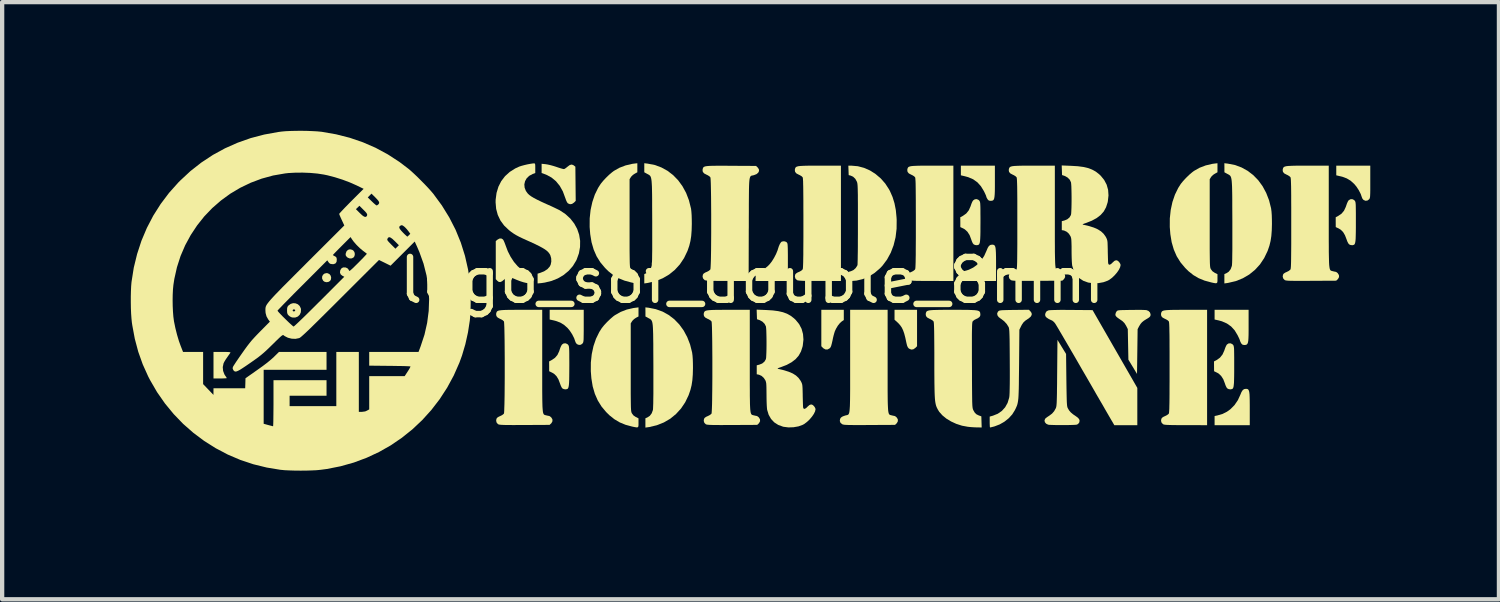
<source format=kicad_pcb>
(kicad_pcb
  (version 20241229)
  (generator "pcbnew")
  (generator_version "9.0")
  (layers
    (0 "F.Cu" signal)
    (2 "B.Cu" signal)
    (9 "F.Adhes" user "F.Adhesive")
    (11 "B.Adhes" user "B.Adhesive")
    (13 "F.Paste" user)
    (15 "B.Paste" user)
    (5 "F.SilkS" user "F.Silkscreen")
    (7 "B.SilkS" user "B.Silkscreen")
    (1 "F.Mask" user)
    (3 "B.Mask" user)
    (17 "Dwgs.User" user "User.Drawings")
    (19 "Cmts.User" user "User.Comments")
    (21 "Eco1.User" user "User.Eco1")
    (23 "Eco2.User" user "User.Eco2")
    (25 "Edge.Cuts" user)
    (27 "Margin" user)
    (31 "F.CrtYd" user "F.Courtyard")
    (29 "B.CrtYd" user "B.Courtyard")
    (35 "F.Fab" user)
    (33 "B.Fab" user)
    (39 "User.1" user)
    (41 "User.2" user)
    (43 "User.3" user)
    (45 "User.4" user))
  (footprint "logo_sof_double_8mm"
    (layer "F.Cu")
    (at 14.487 3.986)
    (property "Reference" "logo_sof_double_8mm" (at 0 -0.5 0) (unlocked yes) (layer "F.SilkS") (effects (font (size 1 1) (thickness 0.15))))
    (fp_poly (pts (xy -9.896 -0.665) (xy -9.854 -0.644) (xy -9.826 -0.607) (xy -9.815 -0.561) (xy -9.822 -0.515) (xy -9.843 -0.484) (xy -9.883 -0.461) (xy -9.931 -0.456) (xy -9.977 -0.47) (xy -10.003 -0.493) (xy -10.026 -0.539) (xy -10.026 -0.586) (xy -10.007 -0.627) (xy -9.973 -0.656) (xy -9.926 -0.668)) (stroke (width 0) (type solid)) (fill yes) (layer "F.SilkS"))
    (fp_poly (pts (xy -9.327 -1.212) (xy -9.3 -1.196) (xy -9.273 -1.159) (xy -9.263 -1.112) (xy -9.272 -1.064) (xy -9.291 -1.035) (xy -9.332 -1.012) (xy -9.38 -1.009) (xy -9.427 -1.027) (xy -9.448 -1.043) (xy -9.472 -1.073) (xy -9.478 -1.104) (xy -9.475 -1.127) (xy -9.456 -1.178) (xy -9.421 -1.211) (xy -9.376 -1.223)) (stroke (width 0) (type solid)) (fill yes) (layer "F.SilkS"))
    (fp_poly (pts (xy 3.846 1.037) (xy 3.806 1.077) (xy 3.759 1.109) (xy 3.71 1.115) (xy 3.662 1.094) (xy 3.651 1.086) (xy 3.63 1.06) (xy 3.614 1.023) (xy 3.6 0.968) (xy 3.597 0.955) (xy 3.572 0.837) (xy 3.547 0.741) (xy 3.52 0.664) (xy 3.489 0.6) (xy 3.451 0.546) (xy 3.407 0.497) (xy 3.393 0.484) (xy 3.321 0.419) (xy 3.321 0.188) (xy 3.846 0.188)) (stroke (width 0) (type solid)) (fill yes) (layer "F.SilkS"))
    (fp_poly (pts (xy 2.138 0.427) (xy 2.09 0.459) (xy 2.046 0.499) (xy 2 0.556) (xy 1.959 0.625) (xy 1.93 0.686) (xy 1.918 0.724) (xy 1.902 0.78) (xy 1.886 0.846) (xy 1.875 0.901) (xy 1.859 0.971) (xy 1.846 1.02) (xy 1.833 1.054) (xy 1.818 1.076) (xy 1.808 1.086) (xy 1.761 1.112) (xy 1.711 1.112) (xy 1.664 1.087) (xy 1.653 1.077) (xy 1.614 1.037) (xy 1.614 0.188) (xy 2.138 0.188)) (stroke (width 0) (type solid)) (fill yes) (layer "F.SilkS"))
    (fp_poly (pts (xy 5.619 -1.33) (xy 5.639 -1.324) (xy 5.655 -1.312) (xy 5.667 -1.29) (xy 5.676 -1.256) (xy 5.681 -1.208) (xy 5.685 -1.142) (xy 5.687 -1.056) (xy 5.688 -0.948) (xy 5.688 -0.868) (xy 5.688 -0.484) (xy 4.868 -0.484) (xy 4.868 -0.697) (xy 4.933 -0.711) (xy 5.052 -0.746) (xy 5.156 -0.797) (xy 5.233 -0.852) (xy 5.332 -0.951) (xy 5.411 -1.068) (xy 5.466 -1.19) (xy 5.494 -1.256) (xy 5.522 -1.3) (xy 5.554 -1.324) (xy 5.592 -1.331) (xy 5.593 -1.331)) (stroke (width 0) (type solid)) (fill yes) (layer "F.SilkS"))
    (fp_poly (pts (xy 11.535 2.032) (xy 11.555 2.037) (xy 11.571 2.05) (xy 11.583 2.072) (xy 11.592 2.105) (xy 11.598 2.154) (xy 11.601 2.22) (xy 11.603 2.306) (xy 11.604 2.414) (xy 11.604 2.493) (xy 11.604 2.878) (xy 10.784 2.878) (xy 10.784 2.665) (xy 10.849 2.651) (xy 10.969 2.616) (xy 11.072 2.564) (xy 11.149 2.509) (xy 11.248 2.41) (xy 11.327 2.294) (xy 11.383 2.172) (xy 11.411 2.105) (xy 11.439 2.062) (xy 11.47 2.038) (xy 11.508 2.031) (xy 11.51 2.031)) (stroke (width 0) (type solid)) (fill yes) (layer "F.SilkS"))
    (fp_poly (pts (xy -3.926 0.563) (xy -3.926 0.673) (xy -3.927 0.76) (xy -3.928 0.826) (xy -3.929 0.876) (xy -3.932 0.911) (xy -3.936 0.935) (xy -3.941 0.952) (xy -3.948 0.965) (xy -3.954 0.973) (xy -3.992 1.002) (xy -4.037 1.007) (xy -4.083 0.989) (xy -4.108 0.961) (xy -4.121 0.932) (xy -4.15 0.849) (xy -4.195 0.76) (xy -4.25 0.676) (xy -4.302 0.613) (xy -4.385 0.539) (xy -4.475 0.485) (xy -4.579 0.447) (xy -4.625 0.435) (xy -4.72 0.414) (xy -4.72 0.188) (xy -3.926 0.188)) (stroke (width 0) (type solid)) (fill yes) (layer "F.SilkS"))
    (fp_poly (pts (xy 14.414 -2.799) (xy 14.414 -2.688) (xy 14.414 -2.601) (xy 14.413 -2.535) (xy 14.411 -2.486) (xy 14.409 -2.451) (xy 14.405 -2.426) (xy 14.4 -2.409) (xy 14.393 -2.397) (xy 14.387 -2.389) (xy 14.349 -2.36) (xy 14.303 -2.354) (xy 14.258 -2.373) (xy 14.233 -2.401) (xy 14.22 -2.43) (xy 14.191 -2.513) (xy 14.146 -2.601) (xy 14.091 -2.685) (xy 14.038 -2.748) (xy 13.956 -2.822) (xy 13.866 -2.876) (xy 13.762 -2.915) (xy 13.715 -2.926) (xy 13.621 -2.948) (xy 13.621 -3.173) (xy 14.414 -3.173)) (stroke (width 0) (type solid)) (fill yes) (layer "F.SilkS"))
    (fp_poly (pts (xy -12.276 1.17) (xy -12.22 1.172) (xy -12.184 1.175) (xy -12.167 1.179) (xy -12.164 1.186) (xy -12.164 1.187) (xy -12.176 1.205) (xy -12.2 1.239) (xy -12.23 1.282) (xy -12.241 1.298) (xy -12.275 1.347) (xy -12.304 1.395) (xy -12.323 1.432) (xy -12.325 1.439) (xy -12.343 1.524) (xy -12.335 1.612) (xy -12.304 1.694) (xy -12.281 1.73) (xy -12.261 1.759) (xy -12.25 1.778) (xy -12.25 1.781) (xy -12.262 1.784) (xy -12.296 1.786) (xy -12.347 1.788) (xy -12.404 1.788) (xy -12.559 1.788) (xy -12.559 1.17) (xy -12.356 1.17)) (stroke (width 0) (type solid)) (fill yes) (layer "F.SilkS"))
    (fp_poly (pts (xy 5.661 -2.803) (xy 5.661 -2.681) (xy 5.66 -2.584) (xy 5.657 -2.508) (xy 5.652 -2.451) (xy 5.645 -2.41) (xy 5.634 -2.382) (xy 5.619 -2.365) (xy 5.6 -2.357) (xy 5.575 -2.354) (xy 5.556 -2.353) (xy 5.522 -2.359) (xy 5.498 -2.379) (xy 5.486 -2.397) (xy 5.468 -2.429) (xy 5.46 -2.453) (xy 5.459 -2.456) (xy 5.454 -2.474) (xy 5.438 -2.51) (xy 5.416 -2.557) (xy 5.404 -2.581) (xy 5.335 -2.694) (xy 5.253 -2.785) (xy 5.155 -2.855) (xy 5.039 -2.905) (xy 4.962 -2.926) (xy 4.868 -2.948) (xy 4.868 -3.173) (xy 5.661 -3.173)) (stroke (width 0) (type solid)) (fill yes) (layer "F.SilkS"))
    (fp_poly (pts (xy 11.577 0.559) (xy 11.577 0.681) (xy 11.576 0.778) (xy 11.573 0.854) (xy 11.569 0.911) (xy 11.561 0.952) (xy 11.55 0.979) (xy 11.535 0.996) (xy 11.516 1.005) (xy 11.491 1.008) (xy 11.473 1.008) (xy 11.439 1.003) (xy 11.414 0.982) (xy 11.402 0.965) (xy 11.385 0.932) (xy 11.376 0.909) (xy 11.376 0.906) (xy 11.37 0.888) (xy 11.355 0.852) (xy 11.332 0.805) (xy 11.32 0.78) (xy 11.252 0.667) (xy 11.169 0.576) (xy 11.071 0.507) (xy 10.955 0.456) (xy 10.878 0.435) (xy 10.784 0.414) (xy 10.784 0.188) (xy 11.577 0.188)) (stroke (width 0) (type solid)) (fill yes) (layer "F.SilkS"))
    (fp_poly (pts (xy 0.79 -1.398) (xy 0.807 -1.385) (xy 0.814 -1.377) (xy 0.82 -1.366) (xy 0.825 -1.349) (xy 0.828 -1.325) (xy 0.83 -1.289) (xy 0.832 -1.24) (xy 0.833 -1.173) (xy 0.834 -1.087) (xy 0.834 -0.978) (xy 0.834 -0.921) (xy 0.834 -0.484) (xy 0.08 -0.484) (xy 0.083 -0.594) (xy 0.087 -0.703) (xy 0.158 -0.721) (xy 0.239 -0.747) (xy 0.307 -0.783) (xy 0.37 -0.835) (xy 0.406 -0.872) (xy 0.459 -0.939) (xy 0.511 -1.022) (xy 0.558 -1.112) (xy 0.594 -1.2) (xy 0.605 -1.237) (xy 0.625 -1.298) (xy 0.649 -1.351) (xy 0.674 -1.388) (xy 0.693 -1.403) (xy 0.744 -1.411)) (stroke (width 0) (type solid)) (fill yes) (layer "F.SilkS"))
    (fp_poly (pts (xy -10.645 0.037) (xy -10.592 0.059) (xy -10.55 0.098) (xy -10.523 0.153) (xy -10.519 0.178) (xy -10.523 0.246) (xy -10.548 0.302) (xy -10.591 0.344) (xy -10.647 0.367) (xy -10.712 0.368) (xy -10.738 0.362) (xy -10.776 0.344) (xy -10.811 0.315) (xy -10.812 0.315) (xy -10.831 0.289) (xy -10.841 0.258) (xy -10.844 0.212) (xy -10.844 0.207) (xy -10.713 0.207) (xy -10.71 0.215) (xy -10.691 0.226) (xy -10.666 0.221) (xy -10.653 0.205) (xy -10.658 0.188) (xy -10.677 0.178) (xy -10.7 0.181) (xy -10.706 0.185) (xy -10.713 0.207) (xy -10.844 0.207) (xy -10.844 0.202) (xy -10.842 0.152) (xy -10.834 0.119) (xy -10.816 0.093) (xy -10.812 0.089) (xy -10.76 0.05) (xy -10.703 0.033)) (stroke (width 0) (type solid)) (fill yes) (layer "F.SilkS"))
    (fp_poly (pts (xy -5.811 -1.454) (xy -5.795 -1.43) (xy -5.776 -1.388) (xy -5.756 -1.336) (xy -5.75 -1.319) (xy -5.696 -1.176) (xy -5.629 -1.045) (xy -5.553 -0.929) (xy -5.469 -0.831) (xy -5.38 -0.752) (xy -5.286 -0.696) (xy -5.238 -0.677) (xy -5.163 -0.654) (xy -5.163 -0.43) (xy -5.2 -0.432) (xy -5.243 -0.436) (xy -5.271 -0.44) (xy -5.329 -0.454) (xy -5.405 -0.478) (xy -5.491 -0.511) (xy -5.542 -0.533) (xy -5.608 -0.56) (xy -5.656 -0.574) (xy -5.694 -0.574) (xy -5.728 -0.56) (xy -5.765 -0.532) (xy -5.781 -0.518) (xy -5.831 -0.477) (xy -5.872 -0.459) (xy -5.909 -0.464) (xy -5.944 -0.491) (xy -5.944 -0.492) (xy -5.977 -0.527) (xy -5.977 -1.414) (xy -5.939 -1.447) (xy -5.893 -1.473) (xy -5.849 -1.476)) (stroke (width 0) (type solid)) (fill yes) (layer "F.SilkS"))
    (fp_poly (pts (xy -4.817 -3.208) (xy -4.767 -3.2) (xy -4.701 -3.185) (xy -4.628 -3.165) (xy -4.569 -3.146) (xy -4.507 -3.125) (xy -4.452 -3.108) (xy -4.411 -3.097) (xy -4.389 -3.093) (xy -4.389 -3.093) (xy -4.367 -3.101) (xy -4.335 -3.124) (xy -4.308 -3.146) (xy -4.258 -3.184) (xy -4.216 -3.199) (xy -4.176 -3.19) (xy -4.153 -3.175) (xy -4.121 -3.149) (xy -4.117 -2.751) (xy -4.113 -2.352) (xy -4.153 -2.312) (xy -4.199 -2.281) (xy -4.246 -2.274) (xy -4.29 -2.292) (xy -4.3 -2.299) (xy -4.318 -2.325) (xy -4.338 -2.368) (xy -4.356 -2.42) (xy -4.358 -2.424) (xy -4.413 -2.573) (xy -4.485 -2.702) (xy -4.573 -2.81) (xy -4.677 -2.896) (xy -4.796 -2.96) (xy -4.828 -2.973) (xy -4.908 -3.002) (xy -4.908 -3.217)) (stroke (width 0) (type solid)) (fill yes) (layer "F.SilkS"))
    (fp_poly (pts (xy 7.448 0.191) (xy 7.448 0.191) (xy 7.939 0.195) (xy 8.982 2.009) (xy 8.982 2.878) (xy 8.446 2.878) (xy 8.373 2.753) (xy 8.355 2.723) (xy 8.325 2.671) (xy 8.284 2.6) (xy 8.233 2.512) (xy 8.173 2.407) (xy 8.104 2.289) (xy 8.029 2.16) (xy 7.949 2.02) (xy 7.864 1.873) (xy 7.775 1.719) (xy 7.698 1.587) (xy 7.609 1.432) (xy 7.523 1.283) (xy 7.44 1.141) (xy 7.364 1.01) (xy 7.293 0.889) (xy 7.23 0.781) (xy 7.175 0.688) (xy 7.13 0.611) (xy 7.095 0.553) (xy 7.071 0.514) (xy 7.06 0.498) (xy 7.03 0.465) (xy 7 0.441) (xy 6.992 0.437) (xy 6.918 0.403) (xy 6.869 0.371) (xy 6.841 0.34) (xy 6.832 0.306) (xy 6.84 0.266) (xy 6.844 0.257) (xy 6.868 0.221) (xy 6.91 0.201) (xy 6.939 0.197) (xy 6.993 0.194) (xy 7.073 0.192) (xy 7.176 0.19) (xy 7.301 0.19)) (stroke (width 0) (type solid)) (fill yes) (layer "F.SilkS"))
    (fp_poly (pts (xy -4.306 0.988) (xy -4.29 1.004) (xy -4.283 1.014) (xy -4.277 1.026) (xy -4.272 1.043) (xy -4.269 1.067) (xy -4.266 1.102) (xy -4.264 1.15) (xy -4.263 1.214) (xy -4.263 1.298) (xy -4.262 1.403) (xy -4.262 1.493) (xy -4.263 1.626) (xy -4.264 1.735) (xy -4.265 1.822) (xy -4.268 1.89) (xy -4.272 1.941) (xy -4.278 1.978) (xy -4.285 2.004) (xy -4.294 2.021) (xy -4.305 2.032) (xy -4.307 2.033) (xy -4.343 2.043) (xy -4.387 2.038) (xy -4.42 2.024) (xy -4.441 1.998) (xy -4.463 1.951) (xy -4.479 1.907) (xy -4.516 1.81) (xy -4.56 1.737) (xy -4.613 1.684) (xy -4.662 1.654) (xy -4.732 1.62) (xy -4.732 1.506) (xy -4.733 1.392) (xy -4.672 1.359) (xy -4.596 1.307) (xy -4.539 1.24) (xy -4.498 1.153) (xy -4.49 1.127) (xy -4.472 1.074) (xy -4.452 1.029) (xy -4.434 1) (xy -4.433 0.998) (xy -4.394 0.972) (xy -4.348 0.969)) (stroke (width 0) (type solid)) (fill yes) (layer "F.SilkS"))
    (fp_poly (pts (xy 5.281 -2.374) (xy 5.297 -2.358) (xy 5.304 -2.348) (xy 5.31 -2.335) (xy 5.315 -2.318) (xy 5.319 -2.294) (xy 5.321 -2.259) (xy 5.323 -2.211) (xy 5.324 -2.147) (xy 5.324 -2.064) (xy 5.325 -1.959) (xy 5.325 -1.868) (xy 5.324 -1.735) (xy 5.324 -1.627) (xy 5.322 -1.54) (xy 5.319 -1.472) (xy 5.315 -1.421) (xy 5.31 -1.383) (xy 5.302 -1.358) (xy 5.293 -1.34) (xy 5.282 -1.33) (xy 5.28 -1.328) (xy 5.244 -1.318) (xy 5.2 -1.323) (xy 5.167 -1.338) (xy 5.144 -1.366) (xy 5.122 -1.416) (xy 5.11 -1.451) (xy 5.071 -1.554) (xy 5.021 -1.632) (xy 4.96 -1.688) (xy 4.925 -1.708) (xy 4.855 -1.741) (xy 4.855 -1.856) (xy 4.854 -1.97) (xy 4.916 -2.003) (xy 4.993 -2.058) (xy 5.053 -2.133) (xy 5.095 -2.228) (xy 5.098 -2.238) (xy 5.116 -2.29) (xy 5.136 -2.335) (xy 5.154 -2.363) (xy 5.154 -2.363) (xy 5.194 -2.389) (xy 5.239 -2.393)) (stroke (width 0) (type solid)) (fill yes) (layer "F.SilkS"))
    (fp_poly (pts (xy 11.197 0.988) (xy 11.213 1.004) (xy 11.221 1.014) (xy 11.227 1.026) (xy 11.231 1.043) (xy 11.235 1.067) (xy 11.238 1.102) (xy 11.239 1.15) (xy 11.24 1.214) (xy 11.241 1.298) (xy 11.241 1.403) (xy 11.241 1.493) (xy 11.241 1.626) (xy 11.24 1.735) (xy 11.238 1.822) (xy 11.236 1.89) (xy 11.231 1.941) (xy 11.226 1.978) (xy 11.219 2.004) (xy 11.21 2.021) (xy 11.198 2.032) (xy 11.197 2.033) (xy 11.16 2.043) (xy 11.116 2.038) (xy 11.083 2.023) (xy 11.061 1.996) (xy 11.038 1.946) (xy 11.026 1.91) (xy 10.987 1.808) (xy 10.937 1.73) (xy 10.876 1.673) (xy 10.842 1.654) (xy 10.772 1.62) (xy 10.771 1.506) (xy 10.77 1.392) (xy 10.832 1.359) (xy 10.91 1.303) (xy 10.969 1.229) (xy 11.012 1.134) (xy 11.015 1.123) (xy 11.033 1.072) (xy 11.053 1.027) (xy 11.07 0.999) (xy 11.07 0.998) (xy 11.11 0.972) (xy 11.155 0.969)) (stroke (width 0) (type solid)) (fill yes) (layer "F.SilkS"))
    (fp_poly (pts (xy 14.034 -2.374) (xy 14.05 -2.358) (xy 14.058 -2.348) (xy 14.064 -2.335) (xy 14.069 -2.318) (xy 14.072 -2.294) (xy 14.075 -2.259) (xy 14.076 -2.211) (xy 14.077 -2.147) (xy 14.078 -2.064) (xy 14.078 -1.959) (xy 14.078 -1.868) (xy 14.078 -1.735) (xy 14.077 -1.627) (xy 14.075 -1.54) (xy 14.073 -1.472) (xy 14.069 -1.421) (xy 14.063 -1.383) (xy 14.056 -1.358) (xy 14.047 -1.34) (xy 14.036 -1.33) (xy 14.034 -1.328) (xy 13.998 -1.318) (xy 13.954 -1.323) (xy 13.921 -1.338) (xy 13.9 -1.364) (xy 13.877 -1.41) (xy 13.861 -1.455) (xy 13.824 -1.551) (xy 13.78 -1.625) (xy 13.727 -1.678) (xy 13.679 -1.708) (xy 13.609 -1.741) (xy 13.608 -1.856) (xy 13.608 -1.97) (xy 13.668 -2.002) (xy 13.744 -2.054) (xy 13.801 -2.122) (xy 13.842 -2.209) (xy 13.851 -2.235) (xy 13.869 -2.287) (xy 13.889 -2.333) (xy 13.906 -2.362) (xy 13.908 -2.363) (xy 13.947 -2.389) (xy 13.992 -2.393)) (stroke (width 0) (type solid)) (fill yes) (layer "F.SilkS"))
    (fp_poly (pts (xy 9.087 0.19) (xy 9.145 0.192) (xy 9.183 0.194) (xy 9.194 0.195) (xy 9.242 0.214) (xy 9.276 0.248) (xy 9.291 0.29) (xy 9.291 0.295) (xy 9.289 0.323) (xy 9.278 0.345) (xy 9.255 0.367) (xy 9.215 0.393) (xy 9.197 0.403) (xy 9.135 0.442) (xy 9.09 0.479) (xy 9.056 0.519) (xy 9.025 0.57) (xy 9.024 0.571) (xy 8.989 0.639) (xy 8.982 1.161) (xy 8.975 1.683) (xy 8.875 1.517) (xy 8.774 1.351) (xy 8.767 0.994) (xy 8.76 0.637) (xy 8.72 0.558) (xy 8.682 0.498) (xy 8.637 0.453) (xy 8.612 0.435) (xy 8.553 0.395) (xy 8.512 0.365) (xy 8.488 0.342) (xy 8.475 0.322) (xy 8.471 0.301) (xy 8.471 0.296) (xy 8.48 0.258) (xy 8.497 0.227) (xy 8.506 0.217) (xy 8.516 0.209) (xy 8.531 0.203) (xy 8.555 0.199) (xy 8.591 0.196) (xy 8.642 0.194) (xy 8.712 0.193) (xy 8.804 0.191) (xy 8.836 0.191) (xy 8.928 0.19) (xy 9.013 0.19)) (stroke (width 0) (type solid)) (fill yes) (layer "F.SilkS"))
    (fp_poly (pts (xy 7.321 1.217) (xy 7.328 1.822) (xy 7.33 1.968) (xy 7.332 2.09) (xy 7.334 2.19) (xy 7.336 2.27) (xy 7.338 2.333) (xy 7.341 2.381) (xy 7.344 2.417) (xy 7.348 2.443) (xy 7.353 2.462) (xy 7.357 2.474) (xy 7.39 2.532) (xy 7.431 2.58) (xy 7.487 2.627) (xy 7.532 2.657) (xy 7.589 2.698) (xy 7.624 2.735) (xy 7.636 2.771) (xy 7.63 2.809) (xy 7.626 2.818) (xy 7.602 2.848) (xy 7.576 2.864) (xy 7.553 2.868) (xy 7.508 2.871) (xy 7.446 2.873) (xy 7.371 2.875) (xy 7.289 2.876) (xy 7.204 2.876) (xy 7.12 2.876) (xy 7.044 2.874) (xy 6.979 2.872) (xy 6.93 2.87) (xy 6.903 2.866) (xy 6.902 2.866) (xy 6.856 2.843) (xy 6.827 2.809) (xy 6.818 2.769) (xy 6.832 2.73) (xy 6.834 2.727) (xy 6.854 2.709) (xy 6.889 2.683) (xy 6.926 2.659) (xy 6.993 2.609) (xy 7.042 2.553) (xy 7.083 2.48) (xy 7.083 2.478) (xy 7.088 2.465) (xy 7.092 2.448) (xy 7.096 2.425) (xy 7.099 2.394) (xy 7.102 2.353) (xy 7.104 2.298) (xy 7.106 2.23) (xy 7.108 2.144) (xy 7.109 2.039) (xy 7.111 1.914) (xy 7.112 1.764) (xy 7.113 1.658) (xy 7.12 0.889)) (stroke (width 0) (type solid)) (fill yes) (layer "F.SilkS"))
    (fp_poly (pts (xy -2.676 -3.019) (xy -2.736 -2.986) (xy -2.78 -2.957) (xy -2.817 -2.92) (xy -2.827 -2.906) (xy -2.857 -2.857) (xy -2.857 -1.835) (xy -2.857 -1.645) (xy -2.857 -1.48) (xy -2.857 -1.339) (xy -2.857 -1.218) (xy -2.856 -1.117) (xy -2.855 -1.033) (xy -2.854 -0.965) (xy -2.853 -0.911) (xy -2.851 -0.868) (xy -2.849 -0.836) (xy -2.846 -0.811) (xy -2.843 -0.793) (xy -2.839 -0.78) (xy -2.834 -0.768) (xy -2.83 -0.76) (xy -2.794 -0.712) (xy -2.74 -0.675) (xy -2.739 -0.674) (xy -2.676 -0.643) (xy -2.676 -0.536) (xy -2.676 -0.485) (xy -2.68 -0.453) (xy -2.692 -0.436) (xy -2.716 -0.431) (xy -2.758 -0.437) (xy -2.822 -0.451) (xy -2.822 -0.451) (xy -2.977 -0.493) (xy -3.114 -0.549) (xy -3.237 -0.621) (xy -3.354 -0.714) (xy -3.43 -0.79) (xy -3.538 -0.919) (xy -3.626 -1.06) (xy -3.694 -1.216) (xy -3.744 -1.388) (xy -3.775 -1.577) (xy -3.788 -1.743) (xy -3.787 -1.945) (xy -3.766 -2.141) (xy -3.725 -2.326) (xy -3.667 -2.499) (xy -3.591 -2.654) (xy -3.531 -2.748) (xy -3.477 -2.815) (xy -3.409 -2.888) (xy -3.335 -2.96) (xy -3.263 -3.021) (xy -3.223 -3.051) (xy -3.094 -3.124) (xy -2.95 -3.179) (xy -2.797 -3.215) (xy -2.753 -3.221) (xy -2.676 -3.23)) (stroke (width 0) (type solid)) (fill yes) (layer "F.SilkS"))
    (fp_poly (pts (xy -2.649 0.343) (xy -2.71 0.375) (xy -2.753 0.405) (xy -2.79 0.442) (xy -2.8 0.456) (xy -2.83 0.504) (xy -2.83 1.526) (xy -2.83 1.716) (xy -2.83 1.881) (xy -2.83 2.023) (xy -2.83 2.144) (xy -2.829 2.245) (xy -2.828 2.329) (xy -2.827 2.397) (xy -2.826 2.451) (xy -2.824 2.493) (xy -2.822 2.526) (xy -2.819 2.55) (xy -2.816 2.568) (xy -2.812 2.582) (xy -2.807 2.593) (xy -2.803 2.602) (xy -2.767 2.65) (xy -2.713 2.687) (xy -2.712 2.687) (xy -2.649 2.719) (xy -2.649 2.825) (xy -2.649 2.876) (xy -2.653 2.909) (xy -2.665 2.926) (xy -2.689 2.93) (xy -2.731 2.924) (xy -2.795 2.911) (xy -2.795 2.911) (xy -2.951 2.869) (xy -3.087 2.813) (xy -3.21 2.74) (xy -3.327 2.647) (xy -3.403 2.572) (xy -3.511 2.443) (xy -3.599 2.301) (xy -3.667 2.146) (xy -3.717 1.974) (xy -3.748 1.784) (xy -3.761 1.619) (xy -3.76 1.416) (xy -3.739 1.221) (xy -3.699 1.035) (xy -3.64 0.863) (xy -3.564 0.707) (xy -3.505 0.614) (xy -3.45 0.546) (xy -3.382 0.473) (xy -3.308 0.402) (xy -3.236 0.34) (xy -3.196 0.311) (xy -3.067 0.238) (xy -2.923 0.182) (xy -2.77 0.147) (xy -2.726 0.141) (xy -2.649 0.131)) (stroke (width 0) (type solid)) (fill yes) (layer "F.SilkS"))
    (fp_poly (pts (xy 10.851 -3.019) (xy 10.791 -2.986) (xy 10.747 -2.957) (xy 10.71 -2.92) (xy 10.7 -2.906) (xy 10.67 -2.857) (xy 10.67 -1.835) (xy 10.67 -1.645) (xy 10.67 -1.48) (xy 10.67 -1.339) (xy 10.67 -1.218) (xy 10.671 -1.117) (xy 10.672 -1.033) (xy 10.673 -0.965) (xy 10.674 -0.911) (xy 10.676 -0.868) (xy 10.678 -0.836) (xy 10.681 -0.811) (xy 10.684 -0.793) (xy 10.688 -0.78) (xy 10.693 -0.768) (xy 10.697 -0.76) (xy 10.733 -0.712) (xy 10.787 -0.675) (xy 10.788 -0.674) (xy 10.851 -0.643) (xy 10.851 -0.536) (xy 10.851 -0.485) (xy 10.847 -0.453) (xy 10.835 -0.436) (xy 10.811 -0.431) (xy 10.769 -0.437) (xy 10.705 -0.451) (xy 10.705 -0.451) (xy 10.55 -0.493) (xy 10.413 -0.549) (xy 10.29 -0.621) (xy 10.173 -0.714) (xy 10.097 -0.79) (xy 9.989 -0.919) (xy 9.901 -1.06) (xy 9.833 -1.216) (xy 9.783 -1.388) (xy 9.752 -1.577) (xy 9.739 -1.743) (xy 9.74 -1.945) (xy 9.761 -2.141) (xy 9.801 -2.326) (xy 9.86 -2.499) (xy 9.936 -2.654) (xy 9.996 -2.748) (xy 10.05 -2.815) (xy 10.118 -2.888) (xy 10.192 -2.96) (xy 10.264 -3.021) (xy 10.304 -3.051) (xy 10.433 -3.124) (xy 10.577 -3.179) (xy 10.73 -3.215) (xy 10.774 -3.221) (xy 10.851 -3.23)) (stroke (width 0) (type solid)) (fill yes) (layer "F.SilkS"))
    (fp_poly (pts (xy 2.071 -0.484) (xy 1.577 -0.485) (xy 1.444 -0.485) (xy 1.336 -0.486) (xy 1.249 -0.487) (xy 1.182 -0.488) (xy 1.131 -0.491) (xy 1.094 -0.494) (xy 1.068 -0.498) (xy 1.051 -0.502) (xy 1.046 -0.505) (xy 1.011 -0.538) (xy 0.997 -0.583) (xy 1.003 -0.631) (xy 1.022 -0.657) (xy 1.058 -0.681) (xy 1.088 -0.694) (xy 1.134 -0.717) (xy 1.168 -0.743) (xy 1.178 -0.755) (xy 1.182 -0.766) (xy 1.185 -0.787) (xy 1.187 -0.819) (xy 1.189 -0.865) (xy 1.191 -0.925) (xy 1.192 -1.001) (xy 1.194 -1.096) (xy 1.194 -1.21) (xy 1.195 -1.344) (xy 1.196 -1.502) (xy 1.196 -1.683) (xy 1.196 -1.829) (xy 1.196 -2.029) (xy 1.195 -2.203) (xy 1.195 -2.354) (xy 1.194 -2.482) (xy 1.193 -2.591) (xy 1.192 -2.68) (xy 1.19 -2.751) (xy 1.189 -2.807) (xy 1.186 -2.849) (xy 1.184 -2.878) (xy 1.181 -2.896) (xy 1.178 -2.902) (xy 1.155 -2.926) (xy 1.114 -2.951) (xy 1.088 -2.963) (xy 1.033 -2.992) (xy 1.003 -3.028) (xy 0.996 -3.072) (xy 1 -3.097) (xy 1.006 -3.116) (xy 1.014 -3.131) (xy 1.028 -3.144) (xy 1.05 -3.153) (xy 1.081 -3.161) (xy 1.126 -3.166) (xy 1.186 -3.169) (xy 1.263 -3.172) (xy 1.361 -3.173) (xy 1.481 -3.173) (xy 1.579 -3.173) (xy 2.071 -3.173)) (stroke (width 0) (type solid)) (fill yes) (layer "F.SilkS"))
    (fp_poly (pts (xy 2.466 -3.16) (xy 2.61 -3.122) (xy 2.749 -3.061) (xy 2.879 -2.978) (xy 2.999 -2.876) (xy 3.104 -2.757) (xy 3.192 -2.622) (xy 3.214 -2.581) (xy 3.275 -2.442) (xy 3.32 -2.296) (xy 3.351 -2.138) (xy 3.368 -1.962) (xy 3.371 -1.909) (xy 3.369 -1.701) (xy 3.345 -1.503) (xy 3.299 -1.316) (xy 3.233 -1.143) (xy 3.147 -0.985) (xy 3.042 -0.844) (xy 2.984 -0.782) (xy 2.857 -0.673) (xy 2.722 -0.588) (xy 2.58 -0.528) (xy 2.433 -0.493) (xy 2.316 -0.485) (xy 2.246 -0.484) (xy 2.246 -0.696) (xy 2.306 -0.713) (xy 2.365 -0.74) (xy 2.415 -0.785) (xy 2.45 -0.839) (xy 2.457 -0.857) (xy 2.459 -0.877) (xy 2.46 -0.921) (xy 2.462 -0.987) (xy 2.463 -1.073) (xy 2.465 -1.177) (xy 2.466 -1.297) (xy 2.466 -1.43) (xy 2.467 -1.573) (xy 2.467 -1.725) (xy 2.467 -1.815) (xy 2.467 -1.996) (xy 2.467 -2.152) (xy 2.467 -2.285) (xy 2.466 -2.398) (xy 2.466 -2.491) (xy 2.464 -2.567) (xy 2.463 -2.629) (xy 2.461 -2.678) (xy 2.459 -2.715) (xy 2.456 -2.744) (xy 2.453 -2.766) (xy 2.449 -2.782) (xy 2.444 -2.796) (xy 2.444 -2.798) (xy 2.406 -2.867) (xy 2.354 -2.916) (xy 2.299 -2.941) (xy 2.252 -2.953) (xy 2.248 -3.063) (xy 2.244 -3.173) (xy 2.32 -3.173)) (stroke (width 0) (type solid)) (fill yes) (layer "F.SilkS"))
    (fp_poly (pts (xy 4.693 -0.484) (xy 4.199 -0.485) (xy 4.066 -0.485) (xy 3.958 -0.486) (xy 3.871 -0.487) (xy 3.804 -0.488) (xy 3.753 -0.491) (xy 3.716 -0.494) (xy 3.69 -0.498) (xy 3.673 -0.502) (xy 3.668 -0.505) (xy 3.633 -0.538) (xy 3.619 -0.583) (xy 3.626 -0.631) (xy 3.644 -0.657) (xy 3.68 -0.681) (xy 3.71 -0.694) (xy 3.756 -0.717) (xy 3.79 -0.743) (xy 3.8 -0.755) (xy 3.804 -0.766) (xy 3.807 -0.787) (xy 3.809 -0.819) (xy 3.811 -0.865) (xy 3.813 -0.925) (xy 3.814 -1.001) (xy 3.816 -1.096) (xy 3.816 -1.21) (xy 3.817 -1.344) (xy 3.818 -1.502) (xy 3.818 -1.683) (xy 3.818 -1.829) (xy 3.818 -2.029) (xy 3.817 -2.203) (xy 3.817 -2.354) (xy 3.816 -2.482) (xy 3.815 -2.591) (xy 3.814 -2.68) (xy 3.813 -2.751) (xy 3.811 -2.807) (xy 3.808 -2.849) (xy 3.806 -2.878) (xy 3.803 -2.896) (xy 3.8 -2.902) (xy 3.777 -2.926) (xy 3.736 -2.951) (xy 3.71 -2.963) (xy 3.655 -2.992) (xy 3.625 -3.028) (xy 3.618 -3.072) (xy 3.622 -3.097) (xy 3.628 -3.116) (xy 3.636 -3.131) (xy 3.65 -3.144) (xy 3.672 -3.153) (xy 3.703 -3.161) (xy 3.748 -3.166) (xy 3.808 -3.169) (xy 3.885 -3.172) (xy 3.983 -3.173) (xy 4.103 -3.173) (xy 4.201 -3.173) (xy 4.693 -3.173)) (stroke (width 0) (type solid)) (fill yes) (layer "F.SilkS"))
    (fp_poly (pts (xy 10.609 2.878) (xy 10.115 2.877) (xy 9.982 2.877) (xy 9.874 2.876) (xy 9.788 2.875) (xy 9.72 2.873) (xy 9.669 2.871) (xy 9.632 2.868) (xy 9.607 2.864) (xy 9.59 2.859) (xy 9.584 2.856) (xy 9.55 2.824) (xy 9.535 2.778) (xy 9.542 2.731) (xy 9.56 2.704) (xy 9.597 2.68) (xy 9.627 2.667) (xy 9.673 2.644) (xy 9.707 2.619) (xy 9.717 2.607) (xy 9.72 2.596) (xy 9.723 2.575) (xy 9.725 2.542) (xy 9.728 2.497) (xy 9.729 2.437) (xy 9.731 2.36) (xy 9.732 2.266) (xy 9.733 2.152) (xy 9.733 2.017) (xy 9.734 1.86) (xy 9.734 1.678) (xy 9.734 1.533) (xy 9.734 1.333) (xy 9.734 1.159) (xy 9.733 1.008) (xy 9.733 0.879) (xy 9.732 0.771) (xy 9.73 0.682) (xy 9.729 0.61) (xy 9.727 0.554) (xy 9.725 0.513) (xy 9.722 0.484) (xy 9.719 0.466) (xy 9.717 0.459) (xy 9.693 0.435) (xy 9.652 0.41) (xy 9.627 0.399) (xy 9.571 0.369) (xy 9.541 0.334) (xy 9.534 0.289) (xy 9.538 0.264) (xy 9.544 0.246) (xy 9.553 0.23) (xy 9.566 0.218) (xy 9.588 0.208) (xy 9.62 0.201) (xy 9.664 0.196) (xy 9.724 0.192) (xy 9.801 0.19) (xy 9.899 0.189) (xy 10.019 0.188) (xy 10.118 0.188) (xy 10.609 0.188)) (stroke (width 0) (type solid)) (fill yes) (layer "F.SilkS"))
    (fp_poly (pts (xy -2.437 -3.221) (xy -2.271 -3.189) (xy -2.116 -3.132) (xy -1.972 -3.053) (xy -1.842 -2.953) (xy -1.725 -2.833) (xy -1.624 -2.694) (xy -1.539 -2.538) (xy -1.473 -2.366) (xy -1.426 -2.179) (xy -1.423 -2.165) (xy -1.416 -2.103) (xy -1.41 -2.019) (xy -1.407 -1.916) (xy -1.406 -1.815) (xy -1.41 -1.664) (xy -1.42 -1.533) (xy -1.438 -1.416) (xy -1.465 -1.306) (xy -1.502 -1.198) (xy -1.508 -1.182) (xy -1.587 -1.018) (xy -1.685 -0.871) (xy -1.802 -0.743) (xy -1.935 -0.635) (xy -2.084 -0.548) (xy -2.247 -0.482) (xy -2.422 -0.441) (xy -2.451 -0.436) (xy -2.514 -0.427) (xy -2.514 -0.645) (xy -2.47 -0.664) (xy -2.412 -0.702) (xy -2.368 -0.76) (xy -2.341 -0.834) (xy -2.34 -0.837) (xy -2.337 -0.865) (xy -2.334 -0.917) (xy -2.332 -0.992) (xy -2.331 -1.091) (xy -2.329 -1.215) (xy -2.329 -1.364) (xy -2.329 -1.539) (xy -2.329 -1.74) (xy -2.329 -1.876) (xy -2.33 -2.068) (xy -2.331 -2.235) (xy -2.331 -2.379) (xy -2.332 -2.501) (xy -2.334 -2.604) (xy -2.336 -2.689) (xy -2.34 -2.759) (xy -2.344 -2.814) (xy -2.35 -2.858) (xy -2.357 -2.891) (xy -2.366 -2.916) (xy -2.377 -2.935) (xy -2.391 -2.949) (xy -2.406 -2.96) (xy -2.424 -2.97) (xy -2.445 -2.981) (xy -2.449 -2.983) (xy -2.514 -3.019) (xy -2.514 -3.23)) (stroke (width 0) (type solid)) (fill yes) (layer "F.SilkS"))
    (fp_poly (pts (xy -2.41 0.14) (xy -2.245 0.173) (xy -2.089 0.229) (xy -1.946 0.308) (xy -1.815 0.408) (xy -1.698 0.529) (xy -1.597 0.668) (xy -1.513 0.824) (xy -1.446 0.996) (xy -1.399 1.182) (xy -1.397 1.197) (xy -1.389 1.258) (xy -1.383 1.343) (xy -1.38 1.445) (xy -1.379 1.546) (xy -1.383 1.698) (xy -1.393 1.829) (xy -1.411 1.946) (xy -1.438 2.056) (xy -1.475 2.163) (xy -1.481 2.18) (xy -1.56 2.344) (xy -1.658 2.49) (xy -1.775 2.618) (xy -1.908 2.727) (xy -2.057 2.814) (xy -2.22 2.879) (xy -2.395 2.921) (xy -2.424 2.925) (xy -2.488 2.934) (xy -2.488 2.717) (xy -2.443 2.698) (xy -2.385 2.66) (xy -2.341 2.601) (xy -2.314 2.527) (xy -2.313 2.525) (xy -2.31 2.496) (xy -2.308 2.445) (xy -2.305 2.37) (xy -2.304 2.27) (xy -2.302 2.147) (xy -2.302 1.997) (xy -2.302 1.823) (xy -2.302 1.622) (xy -2.302 1.486) (xy -2.303 1.294) (xy -2.304 1.127) (xy -2.304 0.983) (xy -2.306 0.861) (xy -2.307 0.758) (xy -2.31 0.672) (xy -2.313 0.603) (xy -2.317 0.547) (xy -2.323 0.504) (xy -2.33 0.47) (xy -2.34 0.445) (xy -2.351 0.427) (xy -2.364 0.413) (xy -2.379 0.402) (xy -2.397 0.392) (xy -2.418 0.381) (xy -2.422 0.379) (xy -2.487 0.343) (xy -2.487 0.237) (xy -2.488 0.131)) (stroke (width 0) (type solid)) (fill yes) (layer "F.SilkS"))
    (fp_poly (pts (xy 11.09 -3.221) (xy 11.255 -3.189) (xy 11.411 -3.132) (xy 11.554 -3.053) (xy 11.685 -2.953) (xy 11.802 -2.833) (xy 11.903 -2.694) (xy 11.987 -2.538) (xy 12.054 -2.366) (xy 12.101 -2.179) (xy 12.103 -2.165) (xy 12.111 -2.103) (xy 12.117 -2.019) (xy 12.12 -1.916) (xy 12.121 -1.815) (xy 12.117 -1.664) (xy 12.107 -1.533) (xy 12.089 -1.416) (xy 12.062 -1.306) (xy 12.025 -1.198) (xy 12.019 -1.182) (xy 11.94 -1.018) (xy 11.842 -0.871) (xy 11.725 -0.743) (xy 11.592 -0.635) (xy 11.443 -0.548) (xy 11.28 -0.482) (xy 11.105 -0.441) (xy 11.076 -0.436) (xy 11.012 -0.427) (xy 11.012 -0.645) (xy 11.057 -0.664) (xy 11.115 -0.702) (xy 11.159 -0.76) (xy 11.186 -0.834) (xy 11.187 -0.837) (xy 11.19 -0.865) (xy 11.193 -0.917) (xy 11.195 -0.992) (xy 11.196 -1.091) (xy 11.198 -1.215) (xy 11.198 -1.364) (xy 11.198 -1.539) (xy 11.198 -1.74) (xy 11.198 -1.876) (xy 11.197 -2.068) (xy 11.196 -2.235) (xy 11.196 -2.379) (xy 11.195 -2.501) (xy 11.193 -2.604) (xy 11.191 -2.689) (xy 11.187 -2.759) (xy 11.183 -2.814) (xy 11.177 -2.858) (xy 11.17 -2.891) (xy 11.161 -2.916) (xy 11.15 -2.935) (xy 11.136 -2.949) (xy 11.121 -2.96) (xy 11.103 -2.97) (xy 11.082 -2.981) (xy 11.078 -2.983) (xy 11.013 -3.019) (xy 11.013 -3.124) (xy 11.012 -3.23)) (stroke (width 0) (type solid)) (fill yes) (layer "F.SilkS"))
    (fp_poly (pts (xy 3.16 1.372) (xy 3.16 1.584) (xy 3.16 1.77) (xy 3.16 1.933) (xy 3.16 2.074) (xy 3.161 2.194) (xy 3.162 2.296) (xy 3.164 2.38) (xy 3.167 2.45) (xy 3.17 2.505) (xy 3.174 2.548) (xy 3.18 2.581) (xy 3.186 2.604) (xy 3.194 2.621) (xy 3.203 2.631) (xy 3.214 2.638) (xy 3.227 2.642) (xy 3.241 2.646) (xy 3.251 2.648) (xy 3.288 2.657) (xy 3.315 2.662) (xy 3.318 2.662) (xy 3.339 2.671) (xy 3.366 2.693) (xy 3.369 2.695) (xy 3.397 2.739) (xy 3.399 2.785) (xy 3.376 2.829) (xy 3.367 2.838) (xy 3.333 2.871) (xy 2.739 2.874) (xy 2.595 2.875) (xy 2.475 2.875) (xy 2.378 2.875) (xy 2.299 2.874) (xy 2.238 2.873) (xy 2.192 2.871) (xy 2.157 2.869) (xy 2.132 2.865) (xy 2.115 2.861) (xy 2.101 2.856) (xy 2.101 2.855) (xy 2.061 2.823) (xy 2.045 2.779) (xy 2.052 2.731) (xy 2.073 2.699) (xy 2.112 2.674) (xy 2.173 2.652) (xy 2.188 2.649) (xy 2.205 2.645) (xy 2.219 2.642) (xy 2.232 2.637) (xy 2.243 2.63) (xy 2.252 2.618) (xy 2.26 2.6) (xy 2.267 2.575) (xy 2.272 2.54) (xy 2.276 2.494) (xy 2.28 2.435) (xy 2.282 2.362) (xy 2.284 2.273) (xy 2.285 2.167) (xy 2.286 2.041) (xy 2.286 1.895) (xy 2.286 1.726) (xy 2.286 1.534) (xy 2.286 1.372) (xy 2.286 0.188) (xy 3.16 0.188)) (stroke (width 0) (type solid)) (fill yes) (layer "F.SilkS"))
    (fp_poly (pts (xy 6.488 0.221) (xy 6.517 0.263) (xy 6.52 0.305) (xy 6.497 0.347) (xy 6.447 0.39) (xy 6.429 0.401) (xy 6.368 0.443) (xy 6.324 0.485) (xy 6.289 0.537) (xy 6.268 0.578) (xy 6.232 0.652) (xy 6.225 1.466) (xy 6.223 1.641) (xy 6.221 1.791) (xy 6.22 1.919) (xy 6.218 2.027) (xy 6.215 2.117) (xy 6.212 2.192) (xy 6.208 2.254) (xy 6.202 2.306) (xy 6.195 2.348) (xy 6.187 2.385) (xy 6.177 2.418) (xy 6.164 2.449) (xy 6.15 2.481) (xy 6.133 2.516) (xy 6.127 2.528) (xy 6.066 2.626) (xy 5.983 2.717) (xy 5.884 2.796) (xy 5.773 2.86) (xy 5.656 2.905) (xy 5.639 2.91) (xy 5.595 2.921) (xy 5.562 2.929) (xy 5.548 2.931) (xy 5.544 2.919) (xy 5.542 2.885) (xy 5.54 2.837) (xy 5.54 2.805) (xy 5.54 2.678) (xy 5.617 2.656) (xy 5.729 2.611) (xy 5.824 2.545) (xy 5.9 2.461) (xy 5.957 2.359) (xy 5.993 2.241) (xy 5.997 2.219) (xy 6.001 2.181) (xy 6.004 2.119) (xy 6.006 2.031) (xy 6.008 1.918) (xy 6.009 1.778) (xy 6.009 1.612) (xy 6.008 1.419) (xy 6.008 1.385) (xy 6.007 1.223) (xy 6.006 1.086) (xy 6.005 0.971) (xy 6.004 0.877) (xy 6.002 0.8) (xy 6 0.74) (xy 5.998 0.693) (xy 5.995 0.657) (xy 5.992 0.631) (xy 5.988 0.611) (xy 5.984 0.596) (xy 5.98 0.588) (xy 5.937 0.519) (xy 5.877 0.454) (xy 5.809 0.401) (xy 5.801 0.397) (xy 5.749 0.357) (xy 5.72 0.315) (xy 5.714 0.272) (xy 5.732 0.232) (xy 5.743 0.221) (xy 5.753 0.213) (xy 5.768 0.206) (xy 5.789 0.202) (xy 5.821 0.198) (xy 5.866 0.196) (xy 5.929 0.194) (xy 6.012 0.192) (xy 6.113 0.191) (xy 6.454 0.187)) (stroke (width 0) (type solid)) (fill yes) (layer "F.SilkS"))
    (fp_poly (pts (xy -5.069 -3.224) (xy -5.061 -3.213) (xy -5.057 -3.188) (xy -5.056 -3.143) (xy -5.056 -3.115) (xy -5.056 -3.002) (xy -5.117 -2.979) (xy -5.197 -2.936) (xy -5.256 -2.879) (xy -5.294 -2.811) (xy -5.311 -2.736) (xy -5.304 -2.659) (xy -5.274 -2.582) (xy -5.229 -2.521) (xy -5.195 -2.489) (xy -5.149 -2.456) (xy -5.089 -2.42) (xy -5.011 -2.379) (xy -4.914 -2.332) (xy -4.794 -2.277) (xy -4.753 -2.259) (xy -4.679 -2.226) (xy -4.607 -2.192) (xy -4.543 -2.161) (xy -4.494 -2.137) (xy -4.483 -2.131) (xy -4.351 -2.043) (xy -4.239 -1.94) (xy -4.148 -1.824) (xy -4.079 -1.698) (xy -4.033 -1.563) (xy -4.01 -1.421) (xy -4.012 -1.277) (xy -4.038 -1.13) (xy -4.09 -0.985) (xy -4.103 -0.958) (xy -4.18 -0.832) (xy -4.278 -0.72) (xy -4.395 -0.624) (xy -4.528 -0.545) (xy -4.675 -0.486) (xy -4.835 -0.447) (xy -4.917 -0.435) (xy -5.002 -0.427) (xy -5.002 -0.655) (xy -4.945 -0.672) (xy -4.849 -0.71) (xy -4.773 -0.76) (xy -4.719 -0.82) (xy -4.697 -0.864) (xy -4.682 -0.936) (xy -4.685 -1.013) (xy -4.704 -1.082) (xy -4.704 -1.082) (xy -4.724 -1.119) (xy -4.751 -1.154) (xy -4.786 -1.188) (xy -4.832 -1.222) (xy -4.893 -1.259) (xy -4.97 -1.3) (xy -5.065 -1.347) (xy -5.182 -1.401) (xy -5.252 -1.432) (xy -5.353 -1.478) (xy -5.434 -1.517) (xy -5.501 -1.553) (xy -5.56 -1.589) (xy -5.616 -1.628) (xy -5.672 -1.672) (xy -5.782 -1.777) (xy -5.868 -1.894) (xy -5.93 -2.024) (xy -5.968 -2.165) (xy -5.981 -2.316) (xy -5.98 -2.379) (xy -5.959 -2.538) (xy -5.915 -2.683) (xy -5.849 -2.813) (xy -5.761 -2.928) (xy -5.652 -3.027) (xy -5.524 -3.108) (xy -5.431 -3.151) (xy -5.379 -3.168) (xy -5.313 -3.186) (xy -5.241 -3.203) (xy -5.171 -3.216) (xy -5.112 -3.225) (xy -5.081 -3.227)) (stroke (width 0) (type solid)) (fill yes) (layer "F.SilkS"))
    (fp_poly (pts (xy -0.596 -3.171) (xy -0.485 -3.17) (xy 0.092 -3.167) (xy 0.127 -3.134) (xy 0.157 -3.092) (xy 0.162 -3.05) (xy 0.143 -3.01) (xy 0.103 -2.976) (xy 0.042 -2.952) (xy 0.041 -2.952) (xy 0.022 -2.947) (xy 0.004 -2.944) (xy -0.011 -2.941) (xy -0.024 -2.935) (xy -0.035 -2.926) (xy -0.044 -2.912) (xy -0.052 -2.891) (xy -0.059 -2.861) (xy -0.064 -2.821) (xy -0.068 -2.769) (xy -0.071 -2.704) (xy -0.073 -2.624) (xy -0.074 -2.526) (xy -0.075 -2.411) (xy -0.076 -2.275) (xy -0.076 -2.118) (xy -0.077 -1.938) (xy -0.077 -1.733) (xy -0.078 -1.687) (xy -0.081 -0.484) (xy -0.575 -0.485) (xy -0.708 -0.485) (xy -0.816 -0.486) (xy -0.902 -0.487) (xy -0.97 -0.488) (xy -1.021 -0.491) (xy -1.058 -0.494) (xy -1.083 -0.498) (xy -1.1 -0.502) (xy -1.106 -0.505) (xy -1.14 -0.538) (xy -1.155 -0.583) (xy -1.148 -0.631) (xy -1.13 -0.657) (xy -1.093 -0.681) (xy -1.063 -0.694) (xy -1.017 -0.717) (xy -0.983 -0.743) (xy -0.973 -0.755) (xy -0.97 -0.775) (xy -0.967 -0.819) (xy -0.964 -0.884) (xy -0.961 -0.969) (xy -0.959 -1.071) (xy -0.957 -1.187) (xy -0.956 -1.315) (xy -0.955 -1.451) (xy -0.954 -1.595) (xy -0.954 -1.742) (xy -0.954 -1.891) (xy -0.954 -2.038) (xy -0.955 -2.182) (xy -0.956 -2.32) (xy -0.957 -2.45) (xy -0.959 -2.568) (xy -0.961 -2.672) (xy -0.963 -2.76) (xy -0.966 -2.829) (xy -0.969 -2.877) (xy -0.973 -2.901) (xy -0.973 -2.902) (xy -0.997 -2.926) (xy -1.037 -2.951) (xy -1.063 -2.963) (xy -1.118 -2.992) (xy -1.149 -3.028) (xy -1.156 -3.072) (xy -1.151 -3.097) (xy -1.146 -3.115) (xy -1.139 -3.13) (xy -1.127 -3.142) (xy -1.109 -3.151) (xy -1.081 -3.159) (xy -1.042 -3.164) (xy -0.989 -3.168) (xy -0.921 -3.17) (xy -0.834 -3.171) (xy -0.726 -3.172)) (stroke (width 0) (type solid)) (fill yes) (layer "F.SilkS"))
    (fp_poly (pts (xy -4.894 1.372) (xy -4.894 1.584) (xy -4.894 1.77) (xy -4.894 1.933) (xy -4.894 2.074) (xy -4.893 2.194) (xy -4.892 2.296) (xy -4.89 2.38) (xy -4.888 2.45) (xy -4.884 2.505) (xy -4.88 2.548) (xy -4.875 2.581) (xy -4.868 2.604) (xy -4.86 2.621) (xy -4.851 2.631) (xy -4.84 2.638) (xy -4.828 2.642) (xy -4.813 2.646) (xy -4.804 2.648) (xy -4.766 2.657) (xy -4.739 2.662) (xy -4.736 2.662) (xy -4.715 2.671) (xy -4.688 2.693) (xy -4.685 2.695) (xy -4.657 2.739) (xy -4.655 2.785) (xy -4.678 2.829) (xy -4.687 2.838) (xy -4.722 2.871) (xy -5.302 2.874) (xy -5.446 2.874) (xy -5.564 2.875) (xy -5.661 2.874) (xy -5.738 2.874) (xy -5.798 2.872) (xy -5.843 2.87) (xy -5.876 2.867) (xy -5.899 2.864) (xy -5.914 2.859) (xy -5.92 2.857) (xy -5.954 2.824) (xy -5.968 2.778) (xy -5.962 2.731) (xy -5.944 2.704) (xy -5.907 2.68) (xy -5.877 2.667) (xy -5.831 2.644) (xy -5.797 2.619) (xy -5.787 2.607) (xy -5.783 2.587) (xy -5.78 2.543) (xy -5.778 2.477) (xy -5.775 2.392) (xy -5.773 2.29) (xy -5.771 2.175) (xy -5.77 2.047) (xy -5.769 1.91) (xy -5.768 1.767) (xy -5.768 1.62) (xy -5.768 1.471) (xy -5.768 1.323) (xy -5.769 1.179) (xy -5.77 1.041) (xy -5.771 0.912) (xy -5.773 0.794) (xy -5.775 0.689) (xy -5.777 0.601) (xy -5.78 0.532) (xy -5.783 0.484) (xy -5.786 0.461) (xy -5.787 0.459) (xy -5.81 0.435) (xy -5.851 0.41) (xy -5.877 0.399) (xy -5.932 0.369) (xy -5.962 0.334) (xy -5.969 0.289) (xy -5.965 0.264) (xy -5.959 0.246) (xy -5.951 0.23) (xy -5.937 0.218) (xy -5.916 0.208) (xy -5.884 0.201) (xy -5.839 0.196) (xy -5.78 0.192) (xy -5.702 0.19) (xy -5.604 0.189) (xy -5.484 0.188) (xy -5.386 0.188) (xy -4.894 0.188)) (stroke (width 0) (type solid)) (fill yes) (layer "F.SilkS"))
    (fp_poly (pts (xy -0.054 1.372) (xy -0.054 1.584) (xy -0.054 1.77) (xy -0.054 1.933) (xy -0.053 2.074) (xy -0.053 2.194) (xy -0.051 2.296) (xy -0.05 2.38) (xy -0.047 2.45) (xy -0.044 2.505) (xy -0.039 2.548) (xy -0.034 2.581) (xy -0.027 2.604) (xy -0.019 2.621) (xy -0.01 2.631) (xy 0.001 2.638) (xy 0.013 2.642) (xy 0.027 2.646) (xy 0.037 2.648) (xy 0.074 2.657) (xy 0.102 2.662) (xy 0.105 2.662) (xy 0.125 2.671) (xy 0.153 2.693) (xy 0.155 2.695) (xy 0.183 2.739) (xy 0.186 2.785) (xy 0.162 2.829) (xy 0.154 2.838) (xy 0.119 2.871) (xy -0.462 2.874) (xy -0.605 2.874) (xy -0.724 2.875) (xy -0.821 2.874) (xy -0.898 2.874) (xy -0.958 2.872) (xy -1.003 2.87) (xy -1.036 2.867) (xy -1.058 2.864) (xy -1.073 2.859) (xy -1.079 2.857) (xy -1.113 2.824) (xy -1.128 2.778) (xy -1.121 2.731) (xy -1.103 2.704) (xy -1.066 2.68) (xy -1.036 2.667) (xy -0.99 2.644) (xy -0.956 2.619) (xy -0.946 2.607) (xy -0.943 2.587) (xy -0.94 2.543) (xy -0.937 2.477) (xy -0.934 2.392) (xy -0.932 2.29) (xy -0.931 2.175) (xy -0.929 2.047) (xy -0.928 1.91) (xy -0.927 1.767) (xy -0.927 1.62) (xy -0.927 1.471) (xy -0.927 1.323) (xy -0.928 1.179) (xy -0.929 1.041) (xy -0.93 0.912) (xy -0.932 0.794) (xy -0.934 0.689) (xy -0.936 0.601) (xy -0.939 0.532) (xy -0.942 0.484) (xy -0.946 0.461) (xy -0.946 0.459) (xy -0.97 0.435) (xy -1.01 0.41) (xy -1.036 0.399) (xy -1.091 0.369) (xy -1.122 0.334) (xy -1.129 0.289) (xy -1.125 0.264) (xy -1.119 0.246) (xy -1.11 0.23) (xy -1.097 0.218) (xy -1.075 0.208) (xy -1.043 0.201) (xy -0.999 0.196) (xy -0.939 0.192) (xy -0.861 0.19) (xy -0.764 0.189) (xy -0.643 0.188) (xy -0.545 0.188) (xy -0.054 0.188)) (stroke (width 0) (type solid)) (fill yes) (layer "F.SilkS"))
    (fp_poly (pts (xy 7.059 -1.989) (xy 7.059 -1.778) (xy 7.059 -1.591) (xy 7.059 -1.429) (xy 7.06 -1.288) (xy 7.06 -1.167) (xy 7.062 -1.066) (xy 7.064 -0.981) (xy 7.066 -0.912) (xy 7.069 -0.857) (xy 7.074 -0.814) (xy 7.079 -0.781) (xy 7.086 -0.757) (xy 7.094 -0.741) (xy 7.103 -0.73) (xy 7.114 -0.724) (xy 7.126 -0.719) (xy 7.14 -0.716) (xy 7.15 -0.713) (xy 7.187 -0.704) (xy 7.215 -0.699) (xy 7.218 -0.699) (xy 7.239 -0.69) (xy 7.266 -0.669) (xy 7.268 -0.666) (xy 7.296 -0.622) (xy 7.299 -0.576) (xy 7.275 -0.532) (xy 7.267 -0.523) (xy 7.232 -0.491) (xy 6.651 -0.488) (xy 6.508 -0.487) (xy 6.389 -0.487) (xy 6.292 -0.487) (xy 6.215 -0.488) (xy 6.155 -0.489) (xy 6.11 -0.491) (xy 6.078 -0.494) (xy 6.055 -0.498) (xy 6.04 -0.502) (xy 6.034 -0.505) (xy 6 -0.538) (xy 5.985 -0.584) (xy 5.992 -0.631) (xy 6.01 -0.657) (xy 6.047 -0.681) (xy 6.077 -0.694) (xy 6.123 -0.717) (xy 6.157 -0.743) (xy 6.167 -0.755) (xy 6.17 -0.766) (xy 6.173 -0.787) (xy 6.176 -0.819) (xy 6.178 -0.865) (xy 6.18 -0.925) (xy 6.181 -1.001) (xy 6.182 -1.096) (xy 6.183 -1.21) (xy 6.184 -1.344) (xy 6.184 -1.502) (xy 6.184 -1.683) (xy 6.184 -1.829) (xy 6.184 -2.029) (xy 6.184 -2.203) (xy 6.184 -2.354) (xy 6.183 -2.482) (xy 6.182 -2.591) (xy 6.181 -2.68) (xy 6.179 -2.751) (xy 6.177 -2.807) (xy 6.175 -2.849) (xy 6.172 -2.878) (xy 6.169 -2.896) (xy 6.167 -2.902) (xy 6.143 -2.926) (xy 6.103 -2.951) (xy 6.077 -2.963) (xy 6.022 -2.992) (xy 5.991 -3.028) (xy 5.984 -3.072) (xy 5.989 -3.097) (xy 5.994 -3.116) (xy 6.003 -3.131) (xy 6.017 -3.144) (xy 6.038 -3.153) (xy 6.07 -3.161) (xy 6.114 -3.166) (xy 6.174 -3.169) (xy 6.252 -3.172) (xy 6.349 -3.173) (xy 6.47 -3.173) (xy 6.568 -3.173) (xy 7.059 -3.173)) (stroke (width 0) (type solid)) (fill yes) (layer "F.SilkS"))
    (fp_poly (pts (xy 13.446 -1.989) (xy 13.446 -1.778) (xy 13.446 -1.591) (xy 13.446 -1.429) (xy 13.447 -1.288) (xy 13.447 -1.167) (xy 13.449 -1.066) (xy 13.451 -0.981) (xy 13.453 -0.912) (xy 13.456 -0.857) (xy 13.461 -0.814) (xy 13.466 -0.781) (xy 13.473 -0.757) (xy 13.481 -0.741) (xy 13.49 -0.73) (xy 13.501 -0.724) (xy 13.513 -0.719) (xy 13.527 -0.716) (xy 13.537 -0.713) (xy 13.574 -0.704) (xy 13.602 -0.699) (xy 13.605 -0.699) (xy 13.626 -0.69) (xy 13.653 -0.669) (xy 13.655 -0.666) (xy 13.683 -0.622) (xy 13.686 -0.576) (xy 13.662 -0.532) (xy 13.654 -0.523) (xy 13.619 -0.491) (xy 13.038 -0.488) (xy 12.895 -0.487) (xy 12.776 -0.487) (xy 12.679 -0.487) (xy 12.602 -0.488) (xy 12.542 -0.489) (xy 12.497 -0.491) (xy 12.465 -0.494) (xy 12.442 -0.498) (xy 12.427 -0.502) (xy 12.421 -0.505) (xy 12.387 -0.538) (xy 12.372 -0.584) (xy 12.379 -0.631) (xy 12.397 -0.657) (xy 12.434 -0.681) (xy 12.464 -0.694) (xy 12.51 -0.717) (xy 12.544 -0.743) (xy 12.554 -0.755) (xy 12.557 -0.766) (xy 12.56 -0.787) (xy 12.563 -0.819) (xy 12.565 -0.865) (xy 12.567 -0.925) (xy 12.568 -1.001) (xy 12.569 -1.096) (xy 12.57 -1.21) (xy 12.571 -1.344) (xy 12.571 -1.502) (xy 12.571 -1.683) (xy 12.571 -1.829) (xy 12.571 -2.029) (xy 12.571 -2.203) (xy 12.57 -2.354) (xy 12.57 -2.482) (xy 12.569 -2.591) (xy 12.568 -2.68) (xy 12.566 -2.751) (xy 12.564 -2.807) (xy 12.562 -2.849) (xy 12.559 -2.878) (xy 12.556 -2.896) (xy 12.554 -2.902) (xy 12.53 -2.926) (xy 12.49 -2.951) (xy 12.464 -2.963) (xy 12.409 -2.992) (xy 12.378 -3.028) (xy 12.371 -3.072) (xy 12.376 -3.097) (xy 12.381 -3.116) (xy 12.39 -3.131) (xy 12.404 -3.144) (xy 12.425 -3.153) (xy 12.457 -3.161) (xy 12.501 -3.166) (xy 12.561 -3.169) (xy 12.639 -3.172) (xy 12.736 -3.173) (xy 12.857 -3.173) (xy 12.955 -3.173) (xy 13.446 -3.173)) (stroke (width 0) (type solid)) (fill yes) (layer "F.SilkS"))
    (fp_poly (pts (xy 4.825 0.188) (xy 4.946 0.189) (xy 5.045 0.19) (xy 5.124 0.193) (xy 5.185 0.196) (xy 5.232 0.201) (xy 5.265 0.208) (xy 5.288 0.217) (xy 5.303 0.228) (xy 5.313 0.242) (xy 5.318 0.259) (xy 5.319 0.263) (xy 5.323 0.313) (xy 5.305 0.353) (xy 5.262 0.385) (xy 5.231 0.399) (xy 5.176 0.427) (xy 5.143 0.458) (xy 5.14 0.463) (xy 5.137 0.473) (xy 5.134 0.492) (xy 5.131 0.521) (xy 5.129 0.562) (xy 5.128 0.616) (xy 5.126 0.685) (xy 5.125 0.771) (xy 5.125 0.876) (xy 5.125 1.001) (xy 5.125 1.148) (xy 5.125 1.318) (xy 5.126 1.482) (xy 5.127 1.669) (xy 5.127 1.83) (xy 5.128 1.968) (xy 5.129 2.086) (xy 5.13 2.184) (xy 5.131 2.265) (xy 5.132 2.33) (xy 5.134 2.382) (xy 5.136 2.423) (xy 5.139 2.454) (xy 5.142 2.477) (xy 5.146 2.495) (xy 5.15 2.509) (xy 5.155 2.521) (xy 5.158 2.528) (xy 5.191 2.585) (xy 5.229 2.623) (xy 5.281 2.649) (xy 5.292 2.653) (xy 5.345 2.672) (xy 5.349 2.802) (xy 5.353 2.931) (xy 5.241 2.93) (xy 5.171 2.927) (xy 5.094 2.922) (xy 5.029 2.915) (xy 4.894 2.89) (xy 4.763 2.848) (xy 4.641 2.792) (xy 4.53 2.725) (xy 4.437 2.649) (xy 4.363 2.566) (xy 4.331 2.514) (xy 4.316 2.485) (xy 4.302 2.456) (xy 4.291 2.426) (xy 4.282 2.393) (xy 4.274 2.354) (xy 4.267 2.307) (xy 4.262 2.251) (xy 4.258 2.183) (xy 4.255 2.101) (xy 4.253 2.004) (xy 4.251 1.888) (xy 4.25 1.752) (xy 4.249 1.594) (xy 4.249 1.412) (xy 4.249 1.358) (xy 4.249 1.176) (xy 4.248 1.019) (xy 4.247 0.886) (xy 4.246 0.774) (xy 4.245 0.683) (xy 4.243 0.609) (xy 4.241 0.553) (xy 4.239 0.511) (xy 4.236 0.482) (xy 4.233 0.465) (xy 4.231 0.459) (xy 4.207 0.435) (xy 4.166 0.41) (xy 4.141 0.399) (xy 4.085 0.369) (xy 4.055 0.334) (xy 4.048 0.289) (xy 4.052 0.264) (xy 4.058 0.246) (xy 4.065 0.231) (xy 4.078 0.219) (xy 4.098 0.21) (xy 4.127 0.202) (xy 4.169 0.197) (xy 4.224 0.193) (xy 4.297 0.191) (xy 4.388 0.189) (xy 4.502 0.188) (xy 4.639 0.188) (xy 4.679 0.188)) (stroke (width 0) (type solid)) (fill yes) (layer "F.SilkS"))
    (fp_poly (pts (xy 0.332 0.193) (xy 0.482 0.202) (xy 0.61 0.219) (xy 0.719 0.244) (xy 0.814 0.279) (xy 0.898 0.326) (xy 0.975 0.385) (xy 1.016 0.423) (xy 1.096 0.521) (xy 1.154 0.632) (xy 1.187 0.753) (xy 1.197 0.882) (xy 1.182 1.018) (xy 1.176 1.048) (xy 1.14 1.159) (xy 1.087 1.255) (xy 1.014 1.339) (xy 0.921 1.41) (xy 0.806 1.473) (xy 0.673 1.524) (xy 0.624 1.541) (xy 0.599 1.553) (xy 0.594 1.56) (xy 0.606 1.565) (xy 0.743 1.597) (xy 0.856 1.633) (xy 0.949 1.673) (xy 1.023 1.72) (xy 1.082 1.775) (xy 1.129 1.84) (xy 1.141 1.861) (xy 1.153 1.886) (xy 1.162 1.909) (xy 1.169 1.935) (xy 1.173 1.968) (xy 1.176 2.013) (xy 1.178 2.075) (xy 1.18 2.158) (xy 1.18 2.185) (xy 1.182 2.267) (xy 1.184 2.342) (xy 1.186 2.404) (xy 1.188 2.448) (xy 1.191 2.471) (xy 1.205 2.496) (xy 1.23 2.497) (xy 1.264 2.475) (xy 1.292 2.447) (xy 1.337 2.408) (xy 1.376 2.394) (xy 1.413 2.406) (xy 1.444 2.435) (xy 1.467 2.469) (xy 1.479 2.501) (xy 1.479 2.506) (xy 1.468 2.557) (xy 1.439 2.616) (xy 1.395 2.68) (xy 1.341 2.744) (xy 1.281 2.801) (xy 1.219 2.848) (xy 1.182 2.869) (xy 1.081 2.906) (xy 0.966 2.926) (xy 0.848 2.93) (xy 0.735 2.916) (xy 0.719 2.912) (xy 0.609 2.872) (xy 0.516 2.812) (xy 0.441 2.732) (xy 0.386 2.635) (xy 0.351 2.521) (xy 0.35 2.515) (xy 0.346 2.479) (xy 0.342 2.422) (xy 0.339 2.349) (xy 0.337 2.266) (xy 0.336 2.177) (xy 0.336 2.166) (xy 0.335 2.07) (xy 0.334 1.997) (xy 0.332 1.942) (xy 0.329 1.901) (xy 0.323 1.871) (xy 0.316 1.848) (xy 0.311 1.835) (xy 0.272 1.775) (xy 0.221 1.729) (xy 0.163 1.702) (xy 0.154 1.7) (xy 0.108 1.691) (xy 0.108 1.482) (xy 0.167 1.467) (xy 0.235 1.44) (xy 0.287 1.397) (xy 0.319 1.343) (xy 0.322 1.334) (xy 0.327 1.304) (xy 0.33 1.252) (xy 0.333 1.182) (xy 0.335 1.1) (xy 0.336 1.011) (xy 0.336 0.918) (xy 0.335 0.828) (xy 0.333 0.744) (xy 0.331 0.671) (xy 0.327 0.615) (xy 0.323 0.58) (xy 0.322 0.575) (xy 0.292 0.515) (xy 0.242 0.465) (xy 0.178 0.429) (xy 0.172 0.427) (xy 0.114 0.408) (xy 0.106 0.184)) (stroke (width 0) (type solid)) (fill yes) (layer "F.SilkS"))
    (fp_poly (pts (xy 7.445 -3.169) (xy 7.595 -3.16) (xy 7.723 -3.143) (xy 7.832 -3.118) (xy 7.927 -3.082) (xy 8.011 -3.036) (xy 8.089 -2.976) (xy 8.129 -2.938) (xy 8.209 -2.84) (xy 8.267 -2.73) (xy 8.301 -2.609) (xy 8.31 -2.479) (xy 8.295 -2.344) (xy 8.289 -2.314) (xy 8.253 -2.203) (xy 8.2 -2.106) (xy 8.127 -2.023) (xy 8.034 -1.951) (xy 7.919 -1.889) (xy 7.786 -1.837) (xy 7.737 -1.82) (xy 7.712 -1.809) (xy 7.707 -1.801) (xy 7.719 -1.797) (xy 7.856 -1.765) (xy 7.97 -1.729) (xy 8.062 -1.688) (xy 8.136 -1.641) (xy 8.195 -1.586) (xy 8.242 -1.521) (xy 8.254 -1.5) (xy 8.266 -1.475) (xy 8.275 -1.452) (xy 8.282 -1.426) (xy 8.287 -1.393) (xy 8.289 -1.348) (xy 8.291 -1.286) (xy 8.293 -1.204) (xy 8.293 -1.177) (xy 8.295 -1.094) (xy 8.297 -1.02) (xy 8.299 -0.958) (xy 8.301 -0.913) (xy 8.304 -0.891) (xy 8.318 -0.866) (xy 8.343 -0.864) (xy 8.378 -0.887) (xy 8.405 -0.914) (xy 8.45 -0.954) (xy 8.489 -0.968) (xy 8.526 -0.956) (xy 8.557 -0.927) (xy 8.58 -0.893) (xy 8.592 -0.861) (xy 8.592 -0.855) (xy 8.581 -0.805) (xy 8.552 -0.745) (xy 8.508 -0.681) (xy 8.454 -0.618) (xy 8.394 -0.56) (xy 8.332 -0.514) (xy 8.295 -0.493) (xy 8.194 -0.456) (xy 8.079 -0.435) (xy 7.961 -0.431) (xy 7.848 -0.446) (xy 7.832 -0.449) (xy 7.722 -0.489) (xy 7.629 -0.55) (xy 7.554 -0.629) (xy 7.499 -0.727) (xy 7.464 -0.841) (xy 7.463 -0.847) (xy 7.459 -0.882) (xy 7.455 -0.939) (xy 7.452 -1.012) (xy 7.45 -1.096) (xy 7.449 -1.184) (xy 7.449 -1.195) (xy 7.449 -1.291) (xy 7.447 -1.365) (xy 7.445 -1.42) (xy 7.442 -1.46) (xy 7.437 -1.49) (xy 7.429 -1.514) (xy 7.424 -1.527) (xy 7.386 -1.587) (xy 7.334 -1.633) (xy 7.276 -1.66) (xy 7.267 -1.662) (xy 7.221 -1.67) (xy 7.221 -1.879) (xy 7.28 -1.894) (xy 7.348 -1.922) (xy 7.4 -1.965) (xy 7.432 -2.019) (xy 7.435 -2.028) (xy 7.44 -2.058) (xy 7.443 -2.11) (xy 7.446 -2.179) (xy 7.448 -2.261) (xy 7.449 -2.351) (xy 7.449 -2.443) (xy 7.448 -2.534) (xy 7.446 -2.618) (xy 7.444 -2.69) (xy 7.44 -2.747) (xy 7.436 -2.782) (xy 7.435 -2.786) (xy 7.406 -2.846) (xy 7.355 -2.897) (xy 7.291 -2.932) (xy 7.285 -2.935) (xy 7.227 -2.954) (xy 7.219 -3.178)) (stroke (width 0) (type solid)) (fill yes) (layer "F.SilkS"))
    (fp_poly (pts (xy -10.379 -3.984) (xy -10.254 -3.979) (xy -10.141 -3.973) (xy -10.047 -3.964) (xy -10.031 -3.962) (xy -9.699 -3.904) (xy -9.38 -3.823) (xy -9.074 -3.718) (xy -8.779 -3.59) (xy -8.496 -3.437) (xy -8.223 -3.26) (xy -8.014 -3.101) (xy -7.955 -3.051) (xy -7.883 -2.985) (xy -7.803 -2.909) (xy -7.719 -2.825) (xy -7.636 -2.741) (xy -7.558 -2.659) (xy -7.491 -2.585) (xy -7.438 -2.523) (xy -7.431 -2.514) (xy -7.234 -2.246) (xy -7.062 -1.967) (xy -6.914 -1.678) (xy -6.792 -1.379) (xy -6.695 -1.07) (xy -6.623 -0.752) (xy -6.582 -0.477) (xy -6.572 -0.371) (xy -6.566 -0.245) (xy -6.563 -0.107) (xy -6.562 0.035) (xy -6.565 0.174) (xy -6.571 0.303) (xy -6.58 0.414) (xy -6.582 0.436) (xy -6.625 0.714) (xy -6.686 0.989) (xy -6.764 1.253) (xy -6.825 1.421) (xy -6.957 1.72) (xy -7.111 2.004) (xy -7.286 2.273) (xy -7.48 2.525) (xy -7.692 2.759) (xy -7.921 2.975) (xy -8.167 3.172) (xy -8.427 3.349) (xy -8.701 3.504) (xy -8.988 3.638) (xy -9.286 3.749) (xy -9.595 3.836) (xy -9.913 3.899) (xy -10.065 3.919) (xy -10.157 3.928) (xy -10.269 3.933) (xy -10.395 3.937) (xy -10.526 3.938) (xy -10.658 3.937) (xy -10.784 3.933) (xy -10.896 3.928) (xy -10.989 3.919) (xy -10.995 3.919) (xy -11.316 3.866) (xy -11.63 3.789) (xy -11.933 3.688) (xy -12.226 3.563) (xy -12.507 3.415) (xy -12.775 3.246) (xy -13.029 3.056) (xy -13.267 2.847) (xy -13.488 2.618) (xy -13.691 2.371) (xy -13.875 2.107) (xy -14.038 1.826) (xy -14.082 1.741) (xy -14.209 1.459) (xy -14.313 1.167) (xy -14.394 0.863) (xy -14.453 0.545) (xy -14.463 0.477) (xy -14.472 0.385) (xy -14.48 0.272) (xy -14.485 0.146) (xy -14.487 0.013) (xy -14.487 -0.034) (xy -13.512 -0.034) (xy -13.51 0.099) (xy -13.504 0.227) (xy -13.495 0.344) (xy -13.482 0.443) (xy -13.48 0.457) (xy -13.448 0.613) (xy -13.409 0.769) (xy -13.365 0.916) (xy -13.324 1.03) (xy -13.269 1.17) (xy -12.801 1.17) (xy -12.801 1.92) (xy -12.68 2.046) (xy -12.56 2.172) (xy -12.559 2.017) (xy -11.82 2.017) (xy -11.816 1.901) (xy -11.813 1.784) (xy -11.537 1.59) (xy -11.412 1.501) (xy -11.304 1.419) (xy -11.216 1.346) (xy -11.148 1.285) (xy -11.147 1.283) (xy -11.032 1.17) (xy -9.923 1.17) (xy -9.923 1.587) (xy -11.389 1.587) (xy -11.389 2.845) (xy -11.285 2.874) (xy -11.235 2.887) (xy -11.195 2.897) (xy -11.173 2.903) (xy -11.17 2.903) (xy -11.168 2.89) (xy -11.166 2.854) (xy -11.164 2.796) (xy -11.163 2.719) (xy -11.162 2.628) (xy -11.161 2.523) (xy -11.16 2.408) (xy -11.16 2.367) (xy -11.16 1.829) (xy -9.923 1.829) (xy -9.923 2.192) (xy -10.784 2.192) (xy -10.784 2.434) (xy -9.695 2.434) (xy -9.695 1.17) (xy -9.17 1.17) (xy -9.17 2.568) (xy -9.102 2.568) (xy -9.021 2.557) (xy -8.981 2.539) (xy -8.928 2.51) (xy -8.928 1.735) (xy -8.101 1.734) (xy -8.03 1.625) (xy -8 1.578) (xy -7.978 1.539) (xy -7.967 1.514) (xy -7.967 1.508) (xy -7.982 1.506) (xy -8.021 1.504) (xy -8.08 1.501) (xy -8.158 1.499) (xy -8.249 1.498) (xy -8.352 1.496) (xy -8.452 1.495) (xy -8.928 1.49) (xy -8.928 1.17) (xy -7.778 1.17) (xy -7.729 1.039) (xy -7.639 0.767) (xy -7.577 0.492) (xy -7.541 0.215) (xy -7.531 -0.063) (xy -7.548 -0.34) (xy -7.592 -0.615) (xy -7.661 -0.888) (xy -7.758 -1.158) (xy -7.813 -1.286) (xy -7.867 -1.404) (xy -8.149 -1.122) (xy -8.43 -0.841) (xy -8.565 -0.908) (xy -8.7 -0.974) (xy -9.604 -0.072) (xy -9.761 0.085) (xy -9.9 0.223) (xy -10.022 0.344) (xy -10.128 0.449) (xy -10.22 0.539) (xy -10.298 0.616) (xy -10.364 0.679) (xy -10.419 0.731) (xy -10.463 0.771) (xy -10.498 0.802) (xy -10.525 0.825) (xy -10.545 0.839) (xy -10.559 0.847) (xy -10.562 0.848) (xy -10.647 0.865) (xy -10.737 0.861) (xy -10.824 0.839) (xy -10.899 0.801) (xy -10.922 0.783) (xy -10.931 0.777) (xy -10.941 0.777) (xy -10.956 0.784) (xy -10.978 0.8) (xy -11.009 0.827) (xy -11.051 0.867) (xy -11.108 0.922) (xy -11.181 0.994) (xy -11.184 0.997) (xy -11.263 1.074) (xy -11.33 1.138) (xy -11.389 1.191) (xy -11.447 1.24) (xy -11.508 1.288) (xy -11.579 1.34) (xy -11.664 1.4) (xy -11.707 1.43) (xy -11.803 1.496) (xy -11.881 1.548) (xy -11.941 1.586) (xy -11.988 1.611) (xy -12.023 1.625) (xy -12.05 1.628) (xy -12.07 1.621) (xy -12.086 1.607) (xy -12.097 1.592) (xy -12.112 1.558) (xy -12.108 1.525) (xy -12.106 1.521) (xy -12.095 1.5) (xy -12.07 1.461) (xy -12.035 1.407) (xy -11.99 1.341) (xy -11.939 1.267) (xy -11.894 1.203) (xy -11.827 1.108) (xy -11.769 1.029) (xy -11.717 0.962) (xy -11.667 0.901) (xy -11.612 0.84) (xy -11.549 0.773) (xy -11.473 0.695) (xy -11.47 0.692) (xy -11.244 0.464) (xy -11.283 0.412) (xy -11.323 0.341) (xy -11.344 0.262) (xy -11.348 0.208) (xy -11.066 0.208) (xy -11.057 0.222) (xy -11.032 0.252) (xy -10.994 0.292) (xy -10.948 0.34) (xy -10.896 0.391) (xy -10.844 0.442) (xy -10.794 0.49) (xy -10.749 0.531) (xy -10.715 0.561) (xy -10.694 0.577) (xy -10.69 0.578) (xy -10.678 0.569) (xy -10.647 0.542) (xy -10.602 0.5) (xy -10.542 0.443) (xy -10.47 0.374) (xy -10.388 0.294) (xy -10.297 0.204) (xy -10.199 0.107) (xy -10.096 0.004) (xy -10.089 -0.002) (xy -9.509 -0.583) (xy -9.551 -0.604) (xy -9.593 -0.637) (xy -9.61 -0.681) (xy -9.603 -0.732) (xy -9.597 -0.745) (xy -9.574 -0.78) (xy -9.541 -0.798) (xy -9.526 -0.801) (xy -9.476 -0.799) (xy -9.432 -0.778) (xy -9.404 -0.742) (xy -9.399 -0.728) (xy -9.395 -0.72) (xy -9.385 -0.721) (xy -9.368 -0.731) (xy -9.342 -0.754) (xy -9.303 -0.789) (xy -9.251 -0.841) (xy -9.184 -0.907) (xy -9.124 -0.968) (xy -9.071 -1.022) (xy -9.029 -1.067) (xy -8.998 -1.1) (xy -8.984 -1.118) (xy -8.983 -1.12) (xy -8.996 -1.13) (xy -9.024 -1.152) (xy -9.063 -1.181) (xy -9.07 -1.186) (xy -9.149 -1.252) (xy -9.225 -1.327) (xy -9.291 -1.403) (xy -9.325 -1.45) (xy -9.329 -1.455) (xy -8.507 -1.455) (xy -8.505 -1.439) (xy -8.494 -1.42) (xy -8.469 -1.391) (xy -8.429 -1.35) (xy -8.417 -1.337) (xy -8.317 -1.237) (xy -8.236 -1.318) (xy -8.33 -1.412) (xy -8.385 -1.464) (xy -8.428 -1.495) (xy -8.46 -1.506) (xy -8.484 -1.497) (xy -8.501 -1.472) (xy -8.507 -1.455) (xy -9.329 -1.455) (xy -9.363 -1.508) (xy -9.569 -1.302) (xy -9.63 -1.241) (xy -9.683 -1.187) (xy -9.727 -1.142) (xy -9.758 -1.109) (xy -9.774 -1.092) (xy -9.775 -1.089) (xy -9.764 -1.08) (xy -9.737 -1.065) (xy -9.731 -1.062) (xy -9.703 -1.045) (xy -9.689 -1.022) (xy -9.684 -0.986) (xy -9.689 -0.931) (xy -9.713 -0.895) (xy -9.756 -0.877) (xy -9.793 -0.877) (xy -9.834 -0.884) (xy -9.862 -0.903) (xy -9.877 -0.923) (xy -9.906 -0.966) (xy -10.486 -0.385) (xy -10.589 -0.282) (xy -10.687 -0.184) (xy -10.776 -0.093) (xy -10.857 -0.011) (xy -10.927 0.06) (xy -10.984 0.12) (xy -11.028 0.165) (xy -11.056 0.195) (xy -11.066 0.207) (xy -11.066 0.208) (xy -11.348 0.208) (xy -11.348 0.195) (xy -11.348 0.172) (xy -11.347 0.151) (xy -11.344 0.131) (xy -11.338 0.109) (xy -11.327 0.085) (xy -11.311 0.058) (xy -11.288 0.027) (xy -11.258 -0.011) (xy -11.219 -0.056) (xy -11.171 -0.109) (xy -11.112 -0.172) (xy -11.04 -0.246) (xy -10.956 -0.333) (xy -10.857 -0.432) (xy -10.743 -0.546) (xy -10.613 -0.677) (xy -10.465 -0.824) (xy -10.397 -0.893) (xy -9.554 -1.734) (xy -8.228 -1.734) (xy -8.216 -1.701) (xy -8.182 -1.657) (xy -8.139 -1.611) (xy -8.099 -1.571) (xy -8.066 -1.541) (xy -8.045 -1.522) (xy -8.04 -1.519) (xy -8.026 -1.528) (xy -8.004 -1.55) (xy -8.001 -1.552) (xy -7.97 -1.585) (xy -8.016 -1.648) (xy -8.052 -1.693) (xy -8.092 -1.735) (xy -8.111 -1.752) (xy -8.144 -1.776) (xy -8.167 -1.785) (xy -8.189 -1.78) (xy -8.195 -1.777) (xy -8.221 -1.759) (xy -8.228 -1.734) (xy -9.554 -1.734) (xy -9.509 -1.779) (xy -9.568 -1.906) (xy -9.593 -1.961) (xy -9.613 -2.007) (xy -9.625 -2.038) (xy -9.628 -2.049) (xy -9.618 -2.062) (xy -9.592 -2.091) (xy -9.552 -2.134) (xy -9.528 -2.159) (xy -9.238 -2.159) (xy -9.147 -2.068) (xy -9.092 -2.016) (xy -9.049 -1.986) (xy -9.017 -1.977) (xy -8.993 -1.988) (xy -8.982 -2.003) (xy -8.975 -2.023) (xy -8.978 -2.044) (xy -8.993 -2.07) (xy -9.022 -2.104) (xy -9.07 -2.152) (xy -9.075 -2.157) (xy -9.156 -2.238) (xy -9.197 -2.198) (xy -9.238 -2.159) (xy -9.528 -2.159) (xy -9.5 -2.189) (xy -9.437 -2.253) (xy -9.368 -2.324) (xy -9.343 -2.349) (xy -9.259 -2.433) (xy -8.962 -2.433) (xy -8.866 -2.339) (xy -8.824 -2.299) (xy -8.788 -2.268) (xy -8.763 -2.249) (xy -8.755 -2.246) (xy -8.735 -2.254) (xy -8.714 -2.271) (xy -8.698 -2.294) (xy -8.696 -2.318) (xy -8.71 -2.348) (xy -8.742 -2.387) (xy -8.788 -2.435) (xy -8.875 -2.521) (xy -8.918 -2.477) (xy -8.962 -2.433) (xy -9.259 -2.433) (xy -9.058 -2.633) (xy -9.227 -2.715) (xy -9.381 -2.783) (xy -9.551 -2.847) (xy -9.728 -2.903) (xy -9.9 -2.948) (xy -9.986 -2.966) (xy -10.136 -2.989) (xy -10.302 -3.004) (xy -10.477 -3.011) (xy -10.649 -3.01) (xy -10.812 -3.001) (xy -10.891 -2.992) (xy -11.168 -2.944) (xy -11.435 -2.871) (xy -11.691 -2.775) (xy -11.936 -2.657) (xy -12.168 -2.519) (xy -12.386 -2.36) (xy -12.588 -2.184) (xy -12.774 -1.99) (xy -12.941 -1.78) (xy -13.09 -1.555) (xy -13.219 -1.317) (xy -13.327 -1.066) (xy -13.411 -0.805) (xy -13.472 -0.533) (xy -13.494 -0.391) (xy -13.504 -0.286) (xy -13.51 -0.165) (xy -13.512 -0.034) (xy -14.487 -0.034) (xy -14.487 -0.121) (xy -14.484 -0.248) (xy -14.479 -0.362) (xy -14.471 -0.456) (xy -14.47 -0.464) (xy -14.418 -0.794) (xy -14.34 -1.113) (xy -14.239 -1.422) (xy -14.113 -1.72) (xy -13.964 -2.006) (xy -13.791 -2.279) (xy -13.596 -2.538) (xy -13.378 -2.782) (xy -13.334 -2.826) (xy -13.096 -3.047) (xy -12.842 -3.246) (xy -12.574 -3.423) (xy -12.292 -3.577) (xy -11.997 -3.708) (xy -11.691 -3.816) (xy -11.375 -3.899) (xy -11.049 -3.958) (xy -10.965 -3.969) (xy -10.875 -3.977) (xy -10.765 -3.982) (xy -10.641 -3.985) (xy -10.51 -3.986)) (stroke (width 0) (type solid)) (fill yes) (layer "F.SilkS")))
  (gr_rect
    (start -3 -3)
    (end 31.901 10.924)
    (stroke (width 0.1) (type default))
    (fill no)
    (layer "Edge.Cuts")))
</source>
